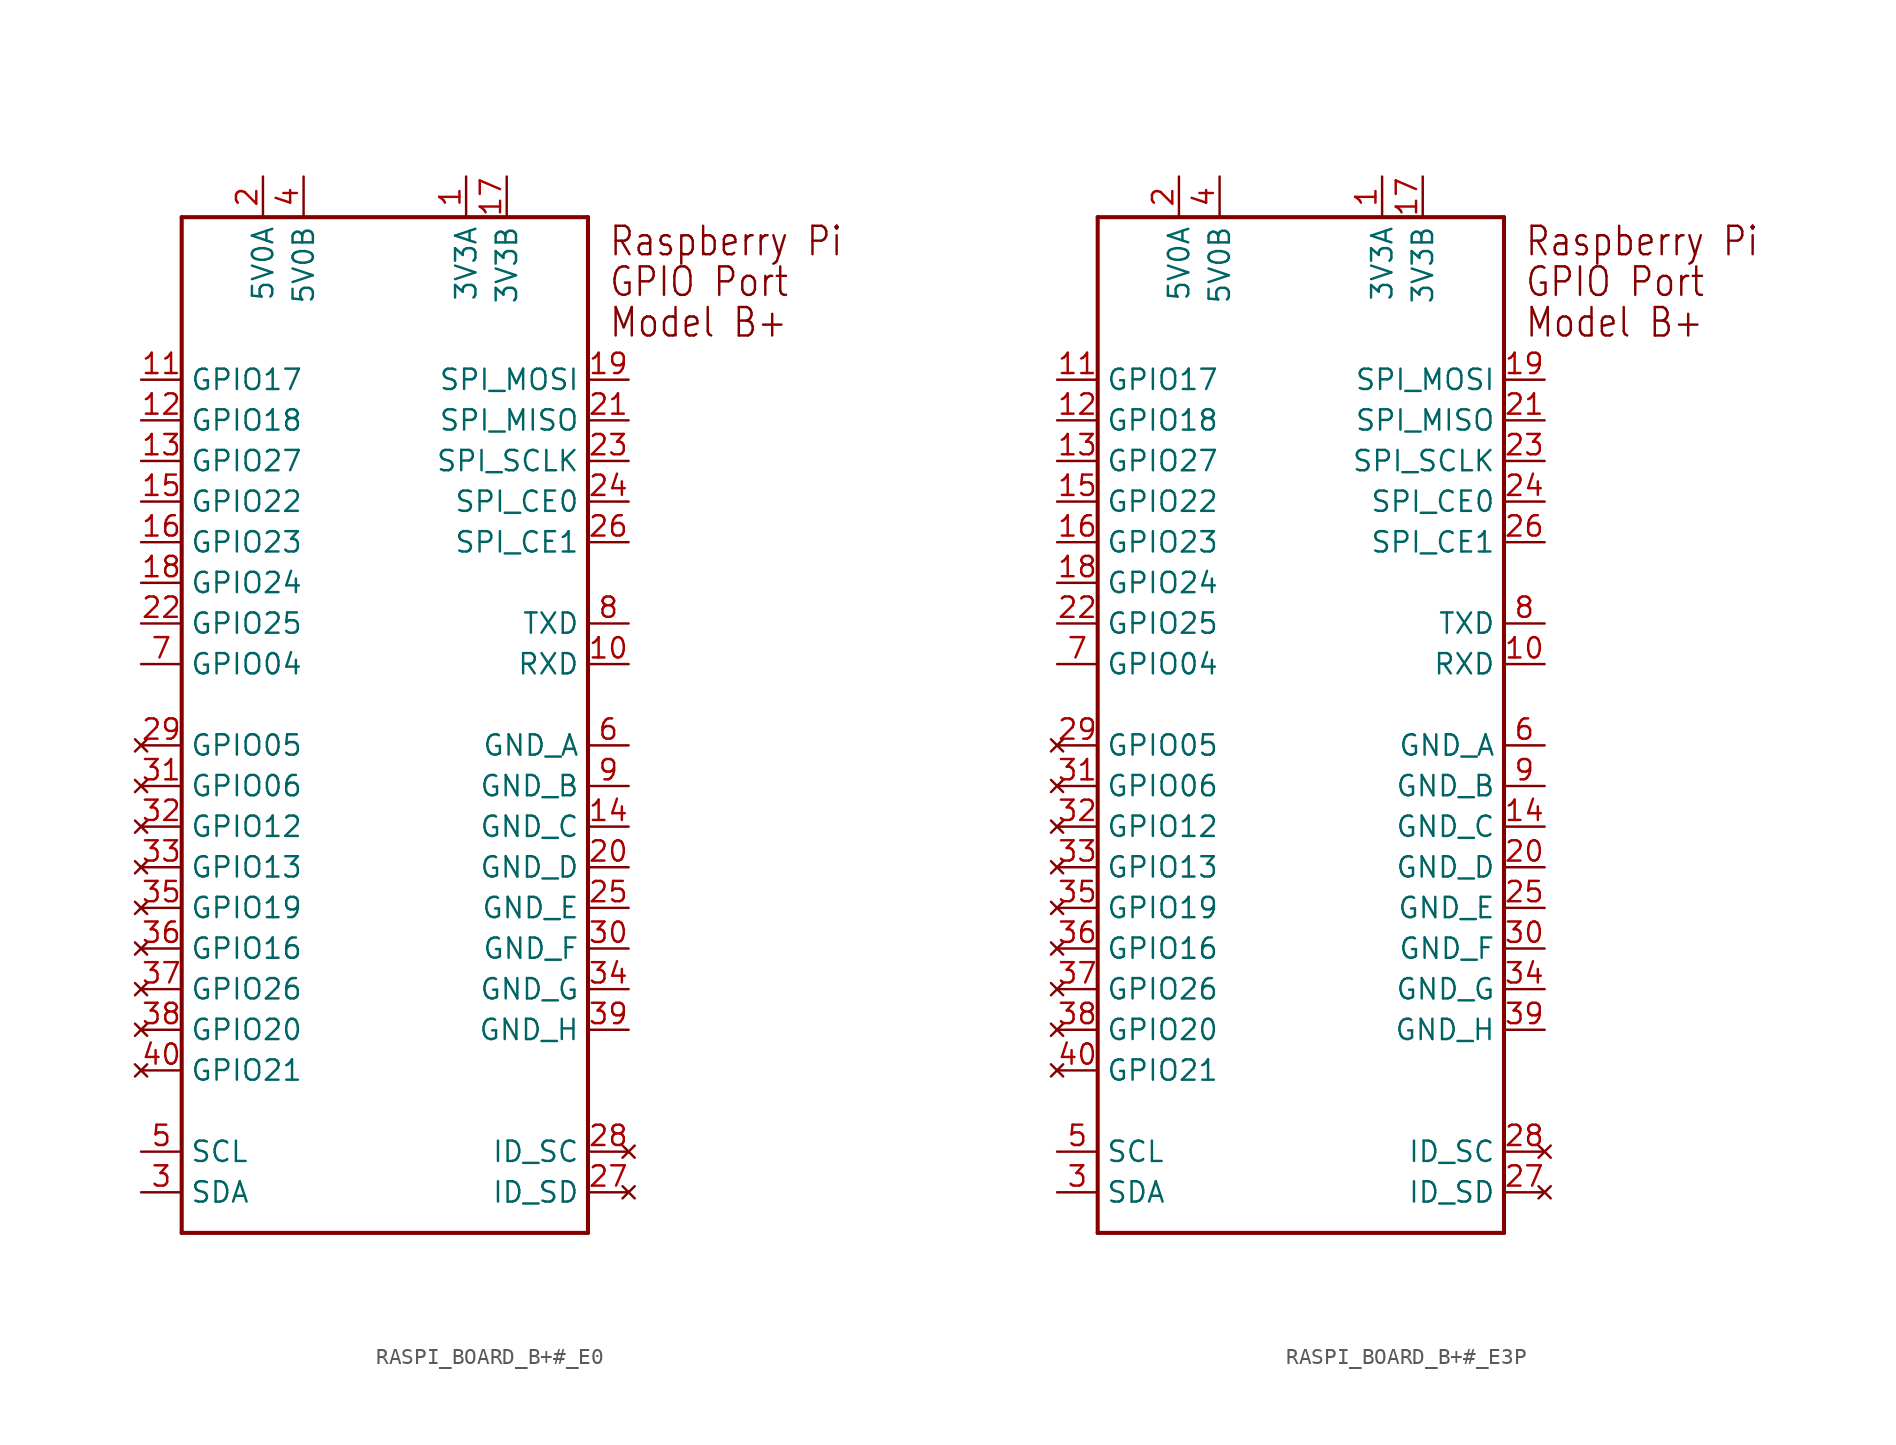
<source format=kicad_sym>
(kicad_symbol_lib
  (version 20220914)
  (generator kicad_symbol_editor)
  (symbol "RASPI_BOARD_B+#_E0"
    (property "Reference" "X"
      (at 0 0 0)
      (effects (font (size 1.27 1.27)) hide))
    (property "ki_locked" ""
      (at 0 0 0)
      (effects (font (size 1.27 1.27))))
    (symbol "RASPI_BOARD_B+#_E0_1_0"
      (polyline (pts (xy -12.7 -38.1) (xy -12.7 25.4)) (stroke (width 0.254) (type solid)) (fill (type none)))
      (polyline (pts (xy -12.7 25.4) (xy 12.7 25.4)) (stroke (width 0.254) (type solid)) (fill (type none)))
      (polyline (pts (xy 12.7 -38.1) (xy -12.7 -38.1)) (stroke (width 0.254) (type solid)) (fill (type none)))
      (polyline (pts (xy 12.7 25.4) (xy 12.7 -38.1)) (stroke (width 0.254) (type solid)) (fill (type none)))
      (text "GPIO Port" (at 13.97 20.32 0) (effects (font (size 1.778 1.511)) (justify left bottom)))
      (text "Model B+" (at 13.97 17.78 0) (effects (font (size 1.778 1.511)) (justify left bottom)))
      (text "Raspberry Pi" (at 13.97 22.86 0) (effects (font (size 1.778 1.511)) (justify left bottom)))
      (pin power_in line (at 5.08 27.94 270) (length 2.54) (name "3V3A" (effects (font (size 1.27 1.27)))) (number "1" (effects (font (size 1.27 1.27)))))
      (pin bidirectional line (at 15.24 -2.54 180) (length 2.54) (name "RXD" (effects (font (size 1.27 1.27)))) (number "10" (effects (font (size 1.27 1.27)))))
      (pin bidirectional line (at -15.24 15.24 0) (length 2.54) (name "GPIO17" (effects (font (size 1.27 1.27)))) (number "11" (effects (font (size 1.27 1.27)))))
      (pin bidirectional line (at -15.24 12.7 0) (length 2.54) (name "GPIO18" (effects (font (size 1.27 1.27)))) (number "12" (effects (font (size 1.27 1.27)))))
      (pin bidirectional line (at -15.24 10.16 0) (length 2.54) (name "GPIO27" (effects (font (size 1.27 1.27)))) (number "13" (effects (font (size 1.27 1.27)))))
      (pin power_in line (at 15.24 -12.7 180) (length 2.54) (name "GND_C" (effects (font (size 1.27 1.27)))) (number "14" (effects (font (size 1.27 1.27)))))
      (pin bidirectional line (at -15.24 7.62 0) (length 2.54) (name "GPIO22" (effects (font (size 1.27 1.27)))) (number "15" (effects (font (size 1.27 1.27)))))
      (pin bidirectional line (at -15.24 5.08 0) (length 2.54) (name "GPIO23" (effects (font (size 1.27 1.27)))) (number "16" (effects (font (size 1.27 1.27)))))
      (pin power_in line (at 7.62 27.94 270) (length 2.54) (name "3V3B" (effects (font (size 1.27 1.27)))) (number "17" (effects (font (size 1.27 1.27)))))
      (pin bidirectional line (at -15.24 2.54 0) (length 2.54) (name "GPIO24" (effects (font (size 1.27 1.27)))) (number "18" (effects (font (size 1.27 1.27)))))
      (pin bidirectional line (at 15.24 15.24 180) (length 2.54) (name "SPI_MOSI" (effects (font (size 1.27 1.27)))) (number "19" (effects (font (size 1.27 1.27)))))
      (pin power_in line (at -7.62 27.94 270) (length 2.54) (name "5V0A" (effects (font (size 1.27 1.27)))) (number "2" (effects (font (size 1.27 1.27)))))
      (pin power_in line (at 15.24 -15.24 180) (length 2.54) (name "GND_D" (effects (font (size 1.27 1.27)))) (number "20" (effects (font (size 1.27 1.27)))))
      (pin bidirectional line (at 15.24 12.7 180) (length 2.54) (name "SPI_MISO" (effects (font (size 1.27 1.27)))) (number "21" (effects (font (size 1.27 1.27)))))
      (pin bidirectional line (at -15.24 0 0) (length 2.54) (name "GPIO25" (effects (font (size 1.27 1.27)))) (number "22" (effects (font (size 1.27 1.27)))))
      (pin bidirectional line (at 15.24 10.16 180) (length 2.54) (name "SPI_SCLK" (effects (font (size 1.27 1.27)))) (number "23" (effects (font (size 1.27 1.27)))))
      (pin bidirectional line (at 15.24 7.62 180) (length 2.54) (name "SPI_CE0" (effects (font (size 1.27 1.27)))) (number "24" (effects (font (size 1.27 1.27)))))
      (pin power_in line (at 15.24 -17.78 180) (length 2.54) (name "GND_E" (effects (font (size 1.27 1.27)))) (number "25" (effects (font (size 1.27 1.27)))))
      (pin bidirectional line (at 15.24 5.08 180) (length 2.54) (name "SPI_CE1" (effects (font (size 1.27 1.27)))) (number "26" (effects (font (size 1.27 1.27)))))
      (pin no_connect line (at 15.24 -35.56 180) (length 2.54) (name "ID_SD" (effects (font (size 1.27 1.27)))) (number "27" (effects (font (size 1.27 1.27)))))
      (pin no_connect line (at 15.24 -33.02 180) (length 2.54) (name "ID_SC" (effects (font (size 1.27 1.27)))) (number "28" (effects (font (size 1.27 1.27)))))
      (pin no_connect line (at -15.24 -7.62 0) (length 2.54) (name "GPIO05" (effects (font (size 1.27 1.27)))) (number "29" (effects (font (size 1.27 1.27)))))
      (pin bidirectional line (at -15.24 -35.56 0) (length 2.54) (name "SDA" (effects (font (size 1.27 1.27)))) (number "3" (effects (font (size 1.27 1.27)))))
      (pin power_in line (at 15.24 -20.32 180) (length 2.54) (name "GND_F" (effects (font (size 1.27 1.27)))) (number "30" (effects (font (size 1.27 1.27)))))
      (pin no_connect line (at -15.24 -10.16 0) (length 2.54) (name "GPIO06" (effects (font (size 1.27 1.27)))) (number "31" (effects (font (size 1.27 1.27)))))
      (pin no_connect line (at -15.24 -12.7 0) (length 2.54) (name "GPIO12" (effects (font (size 1.27 1.27)))) (number "32" (effects (font (size 1.27 1.27)))))
      (pin no_connect line (at -15.24 -15.24 0) (length 2.54) (name "GPIO13" (effects (font (size 1.27 1.27)))) (number "33" (effects (font (size 1.27 1.27)))))
      (pin power_in line (at 15.24 -22.86 180) (length 2.54) (name "GND_G" (effects (font (size 1.27 1.27)))) (number "34" (effects (font (size 1.27 1.27)))))
      (pin no_connect line (at -15.24 -17.78 0) (length 2.54) (name "GPIO19" (effects (font (size 1.27 1.27)))) (number "35" (effects (font (size 1.27 1.27)))))
      (pin no_connect line (at -15.24 -20.32 0) (length 2.54) (name "GPIO16" (effects (font (size 1.27 1.27)))) (number "36" (effects (font (size 1.27 1.27)))))
      (pin no_connect line (at -15.24 -22.86 0) (length 2.54) (name "GPIO26" (effects (font (size 1.27 1.27)))) (number "37" (effects (font (size 1.27 1.27)))))
      (pin no_connect line (at -15.24 -25.4 0) (length 2.54) (name "GPIO20" (effects (font (size 1.27 1.27)))) (number "38" (effects (font (size 1.27 1.27)))))
      (pin power_in line (at 15.24 -25.4 180) (length 2.54) (name "GND_H" (effects (font (size 1.27 1.27)))) (number "39" (effects (font (size 1.27 1.27)))))
      (pin power_in line (at -5.08 27.94 270) (length 2.54) (name "5V0B" (effects (font (size 1.27 1.27)))) (number "4" (effects (font (size 1.27 1.27)))))
      (pin no_connect line (at -15.24 -27.94 0) (length 2.54) (name "GPIO21" (effects (font (size 1.27 1.27)))) (number "40" (effects (font (size 1.27 1.27)))))
      (pin bidirectional line (at -15.24 -33.02 0) (length 2.54) (name "SCL" (effects (font (size 1.27 1.27)))) (number "5" (effects (font (size 1.27 1.27)))))
      (pin power_in line (at 15.24 -7.62 180) (length 2.54) (name "GND_A" (effects (font (size 1.27 1.27)))) (number "6" (effects (font (size 1.27 1.27)))))
      (pin bidirectional line (at -15.24 -2.54 0) (length 2.54) (name "GPIO04" (effects (font (size 1.27 1.27)))) (number "7" (effects (font (size 1.27 1.27)))))
      (pin bidirectional line (at 15.24 0 180) (length 2.54) (name "TXD" (effects (font (size 1.27 1.27)))) (number "8" (effects (font (size 1.27 1.27)))))
      (pin power_in line (at 15.24 -10.16 180) (length 2.54) (name "GND_B" (effects (font (size 1.27 1.27)))) (number "9" (effects (font (size 1.27 1.27)))))))
  (symbol "RASPI_BOARD_B+#_E3P"
    (property "Reference" "X"
      (at 0 0 0)
      (effects (font (size 1.27 1.27)) hide))
    (property "ki_locked" ""
      (at 0 0 0)
      (effects (font (size 1.27 1.27))))
    (symbol "RASPI_BOARD_B+#_E3P_1_0"
      (polyline (pts (xy -12.7 -38.1) (xy -12.7 25.4)) (stroke (width 0.254) (type solid)) (fill (type none)))
      (polyline (pts (xy -12.7 25.4) (xy 12.7 25.4)) (stroke (width 0.254) (type solid)) (fill (type none)))
      (polyline (pts (xy 12.7 -38.1) (xy -12.7 -38.1)) (stroke (width 0.254) (type solid)) (fill (type none)))
      (polyline (pts (xy 12.7 25.4) (xy 12.7 -38.1)) (stroke (width 0.254) (type solid)) (fill (type none)))
      (text "GPIO Port" (at 13.97 20.32 0) (effects (font (size 1.778 1.511)) (justify left bottom)))
      (text "Model B+" (at 13.97 17.78 0) (effects (font (size 1.778 1.511)) (justify left bottom)))
      (text "Raspberry Pi" (at 13.97 22.86 0) (effects (font (size 1.778 1.511)) (justify left bottom)))
      (pin power_in line (at 5.08 27.94 270) (length 2.54) (name "3V3A" (effects (font (size 1.27 1.27)))) (number "1" (effects (font (size 1.27 1.27)))))
      (pin bidirectional line (at 15.24 -2.54 180) (length 2.54) (name "RXD" (effects (font (size 1.27 1.27)))) (number "10" (effects (font (size 1.27 1.27)))))
      (pin bidirectional line (at -15.24 15.24 0) (length 2.54) (name "GPIO17" (effects (font (size 1.27 1.27)))) (number "11" (effects (font (size 1.27 1.27)))))
      (pin bidirectional line (at -15.24 12.7 0) (length 2.54) (name "GPIO18" (effects (font (size 1.27 1.27)))) (number "12" (effects (font (size 1.27 1.27)))))
      (pin bidirectional line (at -15.24 10.16 0) (length 2.54) (name "GPIO27" (effects (font (size 1.27 1.27)))) (number "13" (effects (font (size 1.27 1.27)))))
      (pin power_in line (at 15.24 -12.7 180) (length 2.54) (name "GND_C" (effects (font (size 1.27 1.27)))) (number "14" (effects (font (size 1.27 1.27)))))
      (pin bidirectional line (at -15.24 7.62 0) (length 2.54) (name "GPIO22" (effects (font (size 1.27 1.27)))) (number "15" (effects (font (size 1.27 1.27)))))
      (pin bidirectional line (at -15.24 5.08 0) (length 2.54) (name "GPIO23" (effects (font (size 1.27 1.27)))) (number "16" (effects (font (size 1.27 1.27)))))
      (pin power_in line (at 7.62 27.94 270) (length 2.54) (name "3V3B" (effects (font (size 1.27 1.27)))) (number "17" (effects (font (size 1.27 1.27)))))
      (pin bidirectional line (at -15.24 2.54 0) (length 2.54) (name "GPIO24" (effects (font (size 1.27 1.27)))) (number "18" (effects (font (size 1.27 1.27)))))
      (pin bidirectional line (at 15.24 15.24 180) (length 2.54) (name "SPI_MOSI" (effects (font (size 1.27 1.27)))) (number "19" (effects (font (size 1.27 1.27)))))
      (pin power_in line (at -7.62 27.94 270) (length 2.54) (name "5V0A" (effects (font (size 1.27 1.27)))) (number "2" (effects (font (size 1.27 1.27)))))
      (pin power_in line (at 15.24 -15.24 180) (length 2.54) (name "GND_D" (effects (font (size 1.27 1.27)))) (number "20" (effects (font (size 1.27 1.27)))))
      (pin bidirectional line (at 15.24 12.7 180) (length 2.54) (name "SPI_MISO" (effects (font (size 1.27 1.27)))) (number "21" (effects (font (size 1.27 1.27)))))
      (pin bidirectional line (at -15.24 0 0) (length 2.54) (name "GPIO25" (effects (font (size 1.27 1.27)))) (number "22" (effects (font (size 1.27 1.27)))))
      (pin bidirectional line (at 15.24 10.16 180) (length 2.54) (name "SPI_SCLK" (effects (font (size 1.27 1.27)))) (number "23" (effects (font (size 1.27 1.27)))))
      (pin bidirectional line (at 15.24 7.62 180) (length 2.54) (name "SPI_CE0" (effects (font (size 1.27 1.27)))) (number "24" (effects (font (size 1.27 1.27)))))
      (pin power_in line (at 15.24 -17.78 180) (length 2.54) (name "GND_E" (effects (font (size 1.27 1.27)))) (number "25" (effects (font (size 1.27 1.27)))))
      (pin bidirectional line (at 15.24 5.08 180) (length 2.54) (name "SPI_CE1" (effects (font (size 1.27 1.27)))) (number "26" (effects (font (size 1.27 1.27)))))
      (pin no_connect line (at 15.24 -35.56 180) (length 2.54) (name "ID_SD" (effects (font (size 1.27 1.27)))) (number "27" (effects (font (size 1.27 1.27)))))
      (pin no_connect line (at 15.24 -33.02 180) (length 2.54) (name "ID_SC" (effects (font (size 1.27 1.27)))) (number "28" (effects (font (size 1.27 1.27)))))
      (pin no_connect line (at -15.24 -7.62 0) (length 2.54) (name "GPIO05" (effects (font (size 1.27 1.27)))) (number "29" (effects (font (size 1.27 1.27)))))
      (pin bidirectional line (at -15.24 -35.56 0) (length 2.54) (name "SDA" (effects (font (size 1.27 1.27)))) (number "3" (effects (font (size 1.27 1.27)))))
      (pin power_in line (at 15.24 -20.32 180) (length 2.54) (name "GND_F" (effects (font (size 1.27 1.27)))) (number "30" (effects (font (size 1.27 1.27)))))
      (pin no_connect line (at -15.24 -10.16 0) (length 2.54) (name "GPIO06" (effects (font (size 1.27 1.27)))) (number "31" (effects (font (size 1.27 1.27)))))
      (pin no_connect line (at -15.24 -12.7 0) (length 2.54) (name "GPIO12" (effects (font (size 1.27 1.27)))) (number "32" (effects (font (size 1.27 1.27)))))
      (pin no_connect line (at -15.24 -15.24 0) (length 2.54) (name "GPIO13" (effects (font (size 1.27 1.27)))) (number "33" (effects (font (size 1.27 1.27)))))
      (pin power_in line (at 15.24 -22.86 180) (length 2.54) (name "GND_G" (effects (font (size 1.27 1.27)))) (number "34" (effects (font (size 1.27 1.27)))))
      (pin no_connect line (at -15.24 -17.78 0) (length 2.54) (name "GPIO19" (effects (font (size 1.27 1.27)))) (number "35" (effects (font (size 1.27 1.27)))))
      (pin no_connect line (at -15.24 -20.32 0) (length 2.54) (name "GPIO16" (effects (font (size 1.27 1.27)))) (number "36" (effects (font (size 1.27 1.27)))))
      (pin no_connect line (at -15.24 -22.86 0) (length 2.54) (name "GPIO26" (effects (font (size 1.27 1.27)))) (number "37" (effects (font (size 1.27 1.27)))))
      (pin no_connect line (at -15.24 -25.4 0) (length 2.54) (name "GPIO20" (effects (font (size 1.27 1.27)))) (number "38" (effects (font (size 1.27 1.27)))))
      (pin power_in line (at 15.24 -25.4 180) (length 2.54) (name "GND_H" (effects (font (size 1.27 1.27)))) (number "39" (effects (font (size 1.27 1.27)))))
      (pin power_in line (at -5.08 27.94 270) (length 2.54) (name "5V0B" (effects (font (size 1.27 1.27)))) (number "4" (effects (font (size 1.27 1.27)))))
      (pin no_connect line (at -15.24 -27.94 0) (length 2.54) (name "GPIO21" (effects (font (size 1.27 1.27)))) (number "40" (effects (font (size 1.27 1.27)))))
      (pin bidirectional line (at -15.24 -33.02 0) (length 2.54) (name "SCL" (effects (font (size 1.27 1.27)))) (number "5" (effects (font (size 1.27 1.27)))))
      (pin power_in line (at 15.24 -7.62 180) (length 2.54) (name "GND_A" (effects (font (size 1.27 1.27)))) (number "6" (effects (font (size 1.27 1.27)))))
      (pin bidirectional line (at -15.24 -2.54 0) (length 2.54) (name "GPIO04" (effects (font (size 1.27 1.27)))) (number "7" (effects (font (size 1.27 1.27)))))
      (pin bidirectional line (at 15.24 0 180) (length 2.54) (name "TXD" (effects (font (size 1.27 1.27)))) (number "8" (effects (font (size 1.27 1.27)))))
      (pin power_in line (at 15.24 -10.16 180) (length 2.54) (name "GND_B" (effects (font (size 1.27 1.27)))) (number "9" (effects (font (size 1.27 1.27))))))))
</source>
